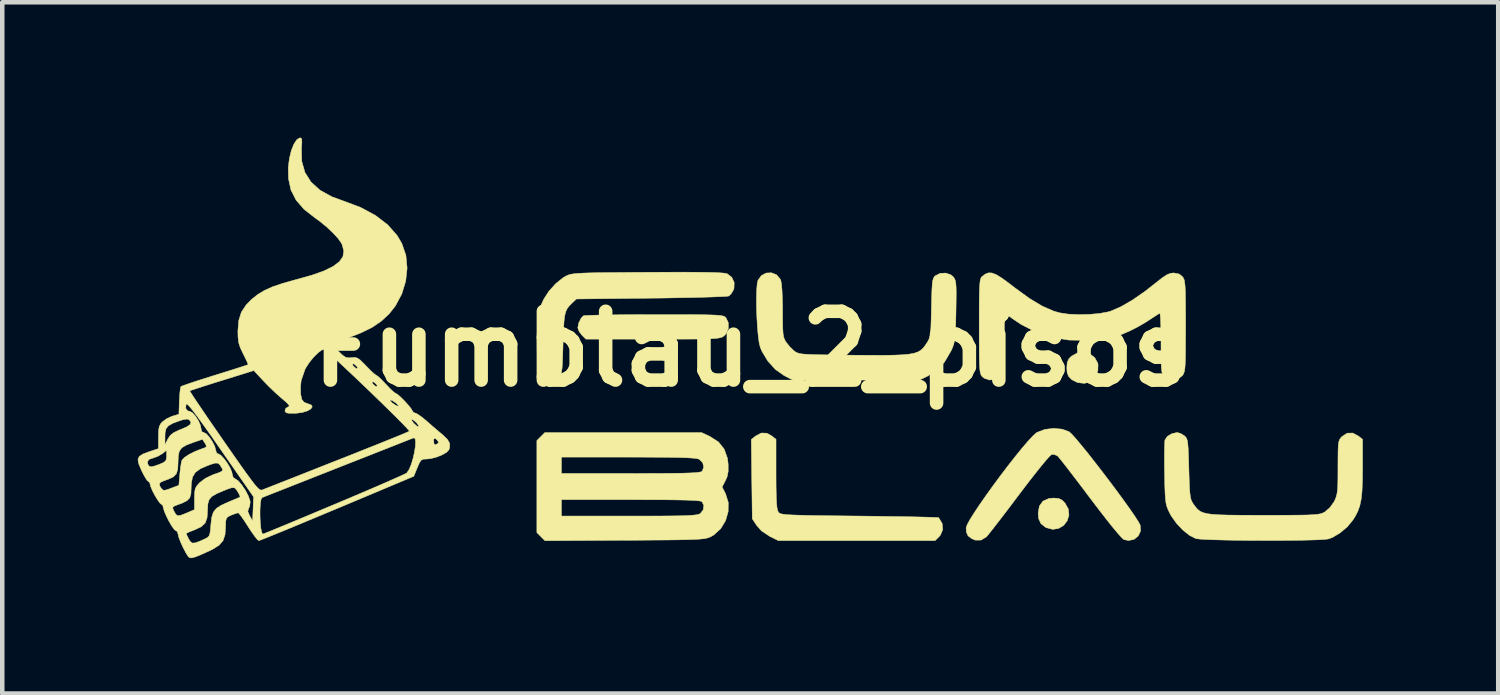
<source format=kicad_pcb>
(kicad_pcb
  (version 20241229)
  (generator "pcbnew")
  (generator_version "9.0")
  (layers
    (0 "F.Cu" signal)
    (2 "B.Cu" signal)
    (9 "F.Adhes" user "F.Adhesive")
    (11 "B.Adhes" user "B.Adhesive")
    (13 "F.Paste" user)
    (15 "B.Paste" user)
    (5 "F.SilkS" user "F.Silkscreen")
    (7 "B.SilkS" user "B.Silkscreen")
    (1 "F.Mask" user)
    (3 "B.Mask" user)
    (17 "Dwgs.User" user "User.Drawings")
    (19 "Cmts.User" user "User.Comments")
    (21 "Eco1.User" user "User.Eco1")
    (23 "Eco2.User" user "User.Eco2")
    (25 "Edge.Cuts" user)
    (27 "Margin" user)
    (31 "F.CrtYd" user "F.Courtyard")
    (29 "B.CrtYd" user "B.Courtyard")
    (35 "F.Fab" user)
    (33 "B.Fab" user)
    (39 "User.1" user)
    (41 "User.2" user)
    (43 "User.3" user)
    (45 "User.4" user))
  (footprint "Fumblau_2_pisos"
    (layer "F.Cu")
    (at 13.594 4.679)
    (property "Reference" "Fumblau_2_pisos" (at 0 0 0) (layer "F.SilkS") (effects (font (size 1.524 1.524) (thickness 0.3))))
    (attr through_hole)
    (fp_poly (pts (xy 6.804 3.311) (xy 6.882 3.349) (xy 6.945 3.414) (xy 7.019 3.546) (xy 7.032 3.681) (xy 6.994 3.805) (xy 6.915 3.908) (xy 6.804 3.975) (xy 6.673 3.996) (xy 6.53 3.958) (xy 6.513 3.95) (xy 6.412 3.87) (xy 6.361 3.761) (xy 6.35 3.638) (xy 6.377 3.479) (xy 6.457 3.37) (xy 6.587 3.312) (xy 6.69 3.302) (xy 6.804 3.311)) (stroke (width 0.01) (type solid)) (fill yes) (layer "F.SilkS"))
    (fp_poly (pts (xy 7.494 0.109) (xy 7.603 0.192) (xy 7.67 0.315) (xy 7.676 0.342) (xy 7.673 0.477) (xy 7.623 0.608) (xy 7.54 0.707) (xy 7.513 0.725) (xy 7.374 0.762) (xy 7.223 0.745) (xy 7.093 0.679) (xy 7.087 0.674) (xy 7.021 0.603) (xy 6.991 0.521) (xy 6.985 0.417) (xy 6.993 0.3) (xy 7.028 0.221) (xy 7.087 0.16) (xy 7.218 0.088) (xy 7.359 0.073) (xy 7.494 0.109)) (stroke (width 0.01) (type solid)) (fill yes) (layer "F.SilkS"))
    (fp_poly (pts (xy -1.782 -0.761) (xy -1.473 -0.761) (xy -1.224 -0.76) (xy -1.028 -0.757) (xy -0.877 -0.753) (xy -0.766 -0.748) (xy -0.687 -0.741) (xy -0.633 -0.731) (xy -0.599 -0.719) (xy -0.577 -0.704) (xy -0.568 -0.696) (xy -0.514 -0.587) (xy -0.511 -0.459) (xy -0.558 -0.342) (xy -0.604 -0.293) (xy -0.629 -0.274) (xy -0.659 -0.259) (xy -0.7 -0.247) (xy -0.76 -0.237) (xy -0.844 -0.23) (xy -0.961 -0.225) (xy -1.117 -0.221) (xy -1.319 -0.219) (xy -1.574 -0.218) (xy -1.89 -0.218) (xy -2.184 -0.218) (xy -3.668 -0.218) (xy -3.757 -0.307) (xy -3.819 -0.389) (xy -3.846 -0.468) (xy -3.846 -0.472) (xy -3.825 -0.577) (xy -3.774 -0.68) (xy -3.723 -0.734) (xy -3.679 -0.74) (xy -3.571 -0.745) (xy -3.405 -0.75) (xy -3.19 -0.754) (xy -2.933 -0.757) (xy -2.643 -0.76) (xy -2.327 -0.761) (xy -2.156 -0.761) (xy -1.782 -0.761)) (stroke (width 0.01) (type solid)) (fill yes) (layer "F.SilkS"))
    (fp_poly (pts (xy 0.344 1.866) (xy 0.449 1.926) (xy 0.544 2.001) (xy 0.544 2.772) (xy 0.545 3.042) (xy 0.549 3.249) (xy 0.555 3.401) (xy 0.565 3.507) (xy 0.578 3.575) (xy 0.596 3.613) (xy 0.61 3.629) (xy 0.632 3.642) (xy 0.667 3.654) (xy 0.722 3.663) (xy 0.803 3.671) (xy 0.916 3.677) (xy 1.068 3.682) (xy 1.264 3.687) (xy 1.511 3.691) (xy 1.814 3.695) (xy 2.182 3.699) (xy 2.389 3.701) (xy 2.737 3.705) (xy 3.063 3.71) (xy 3.359 3.714) (xy 3.619 3.719) (xy 3.834 3.724) (xy 3.999 3.729) (xy 4.105 3.733) (xy 4.147 3.737) (xy 4.147 3.737) (xy 4.224 3.867) (xy 4.236 4.001) (xy 4.184 4.125) (xy 4.156 4.156) (xy 4.067 4.245) (xy 0.595 4.245) (xy 0.404 4.15) (xy 0.22 4.028) (xy 0.115 3.908) (xy 0.018 3.761) (xy -0.004 2.004) (xy 0.094 1.927) (xy 0.22 1.861) (xy 0.344 1.866)) (stroke (width 0.01) (type solid)) (fill yes) (layer "F.SilkS"))
    (fp_poly (pts (xy -1.188 -1.699) (xy -0.944 -1.696) (xy -0.76 -1.69) (xy -0.633 -1.682) (xy -0.558 -1.673) (xy -0.541 -1.668) (xy -0.437 -1.589) (xy -0.383 -1.473) (xy -0.387 -1.342) (xy -0.398 -1.309) (xy -0.448 -1.224) (xy -0.502 -1.173) (xy -0.55 -1.166) (xy -0.663 -1.16) (xy -0.833 -1.153) (xy -1.053 -1.146) (xy -1.316 -1.139) (xy -1.613 -1.134) (xy -1.938 -1.128) (xy -2.22 -1.125) (xy -3.877 -1.107) (xy -3.974 -1.016) (xy -4.035 -0.955) (xy -4.081 -0.895) (xy -4.114 -0.824) (xy -4.137 -0.731) (xy -4.152 -0.604) (xy -4.162 -0.431) (xy -4.17 -0.2) (xy -4.173 -0.115) (xy -4.18 0.121) (xy -4.186 0.294) (xy -4.194 0.417) (xy -4.205 0.499) (xy -4.221 0.553) (xy -4.242 0.588) (xy -4.271 0.615) (xy -4.277 0.62) (xy -4.404 0.68) (xy -4.541 0.676) (xy -4.65 0.62) (xy -4.683 0.59) (xy -4.707 0.553) (xy -4.723 0.497) (xy -4.733 0.411) (xy -4.74 0.281) (xy -4.745 0.095) (xy -4.747 0.012) (xy -4.748 -0.315) (xy -4.734 -0.583) (xy -4.703 -0.8) (xy -4.655 -0.979) (xy -4.603 -1.098) (xy -4.487 -1.278) (xy -4.336 -1.446) (xy -4.173 -1.577) (xy -4.121 -1.608) (xy -4.084 -1.627) (xy -4.046 -1.642) (xy -3.999 -1.655) (xy -3.937 -1.665) (xy -3.852 -1.673) (xy -3.739 -1.68) (xy -3.59 -1.685) (xy -3.399 -1.689) (xy -3.159 -1.692) (xy -2.863 -1.694) (xy -2.504 -1.697) (xy -2.307 -1.698) (xy -1.866 -1.7) (xy -1.494 -1.701) (xy -1.188 -1.699)) (stroke (width 0.01) (type solid)) (fill yes) (layer "F.SilkS"))
    (fp_poly (pts (xy 6.884 1.777) (xy 7.035 1.833) (xy 7.089 1.881) (xy 7.178 1.979) (xy 7.295 2.119) (xy 7.436 2.291) (xy 7.591 2.488) (xy 7.756 2.701) (xy 7.923 2.92) (xy 8.086 3.138) (xy 8.238 3.345) (xy 8.373 3.533) (xy 8.484 3.694) (xy 8.564 3.817) (xy 8.607 3.895) (xy 8.611 3.905) (xy 8.618 4.034) (xy 8.568 4.141) (xy 8.476 4.216) (xy 8.356 4.243) (xy 8.251 4.223) (xy 8.207 4.186) (xy 8.125 4.096) (xy 8.011 3.96) (xy 7.87 3.784) (xy 7.708 3.575) (xy 7.528 3.339) (xy 7.5 3.302) (xy 7.332 3.078) (xy 7.175 2.872) (xy 7.036 2.691) (xy 6.921 2.542) (xy 6.835 2.434) (xy 6.784 2.374) (xy 6.775 2.365) (xy 6.695 2.334) (xy 6.646 2.339) (xy 6.606 2.373) (xy 6.53 2.458) (xy 6.423 2.586) (xy 6.292 2.75) (xy 6.141 2.943) (xy 5.978 3.157) (xy 5.93 3.22) (xy 5.763 3.442) (xy 5.606 3.649) (xy 5.466 3.831) (xy 5.349 3.982) (xy 5.261 4.093) (xy 5.209 4.155) (xy 5.203 4.162) (xy 5.087 4.233) (xy 4.958 4.234) (xy 4.88 4.202) (xy 4.798 4.14) (xy 4.761 4.06) (xy 4.754 3.963) (xy 4.776 3.897) (xy 4.837 3.783) (xy 4.932 3.631) (xy 5.054 3.448) (xy 5.196 3.244) (xy 5.353 3.026) (xy 5.517 2.804) (xy 5.683 2.586) (xy 5.844 2.381) (xy 5.994 2.196) (xy 6.126 2.042) (xy 6.234 1.926) (xy 6.311 1.856) (xy 6.325 1.848) (xy 6.497 1.782) (xy 6.693 1.758) (xy 6.884 1.777)) (stroke (width 0.01) (type solid)) (fill yes) (layer "F.SilkS"))
    (fp_poly (pts (xy -2.841 1.851) (xy -1.107 1.851) (xy -0.919 1.939) (xy -0.731 2.059) (xy -0.604 2.218) (xy -0.532 2.421) (xy -0.516 2.553) (xy -0.516 2.712) (xy -0.54 2.833) (xy -0.577 2.916) (xy -0.65 3.057) (xy -0.575 3.204) (xy -0.514 3.398) (xy -0.516 3.603) (xy -0.573 3.802) (xy -0.681 3.98) (xy -0.834 4.119) (xy -0.889 4.151) (xy -0.924 4.169) (xy -0.963 4.183) (xy -1.011 4.195) (xy -1.074 4.205) (xy -1.161 4.213) (xy -1.276 4.219) (xy -1.427 4.224) (xy -1.62 4.228) (xy -1.861 4.231) (xy -2.158 4.233) (xy -2.516 4.236) (xy -2.804 4.237) (xy -4.573 4.247) (xy -4.663 4.157) (xy -4.753 4.067) (xy -4.753 3.338) (xy -4.209 3.338) (xy -4.209 3.701) (xy -2.711 3.701) (xy -2.336 3.701) (xy -2.026 3.7) (xy -1.776 3.698) (xy -1.578 3.695) (xy -1.426 3.69) (xy -1.313 3.683) (xy -1.233 3.675) (xy -1.179 3.665) (xy -1.145 3.652) (xy -1.133 3.645) (xy -1.069 3.564) (xy -1.055 3.466) (xy -1.096 3.382) (xy -1.127 3.37) (xy -1.199 3.361) (xy -1.315 3.353) (xy -1.482 3.347) (xy -1.704 3.343) (xy -1.984 3.34) (xy -2.329 3.339) (xy -2.674 3.338) (xy -4.209 3.338) (xy -4.753 3.338) (xy -4.753 2.758) (xy -4.209 2.758) (xy -2.671 2.758) (xy -2.289 2.757) (xy -1.973 2.756) (xy -1.717 2.754) (xy -1.515 2.751) (xy -1.36 2.746) (xy -1.247 2.74) (xy -1.169 2.732) (xy -1.121 2.722) (xy -1.095 2.71) (xy -1.09 2.705) (xy -1.057 2.615) (xy -1.08 2.52) (xy -1.153 2.446) (xy -1.161 2.442) (xy -1.204 2.429) (xy -1.284 2.419) (xy -1.405 2.411) (xy -1.574 2.405) (xy -1.795 2.401) (xy -2.075 2.398) (xy -2.417 2.396) (xy -2.731 2.395) (xy -4.209 2.395) (xy -4.209 2.758) (xy -4.753 2.758) (xy -4.753 2.029) (xy -4.575 1.851) (xy -2.841 1.851)) (stroke (width 0.01) (type solid)) (fill yes) (layer "F.SilkS"))
    (fp_poly (pts (xy 0.554 -1.644) (xy 0.635 -1.551) (xy 0.651 -1.515) (xy 0.664 -1.441) (xy 0.676 -1.31) (xy 0.684 -1.137) (xy 0.689 -0.939) (xy 0.689 -0.835) (xy 0.69 -0.617) (xy 0.693 -0.459) (xy 0.7 -0.347) (xy 0.712 -0.269) (xy 0.732 -0.212) (xy 0.76 -0.162) (xy 0.771 -0.145) (xy 0.854 -0.043) (xy 0.947 0.045) (xy 0.955 0.051) (xy 0.986 0.072) (xy 1.021 0.088) (xy 1.07 0.102) (xy 1.139 0.112) (xy 1.236 0.119) (xy 1.37 0.125) (xy 1.549 0.129) (xy 1.78 0.133) (xy 2.071 0.136) (xy 2.261 0.138) (xy 2.623 0.14) (xy 2.919 0.141) (xy 3.158 0.137) (xy 3.347 0.129) (xy 3.494 0.115) (xy 3.605 0.094) (xy 3.69 0.065) (xy 3.754 0.026) (xy 3.806 -0.023) (xy 3.853 -0.085) (xy 3.875 -0.119) (xy 3.911 -0.174) (xy 3.936 -0.227) (xy 3.954 -0.29) (xy 3.967 -0.375) (xy 3.975 -0.493) (xy 3.98 -0.659) (xy 3.985 -0.884) (xy 3.986 -0.911) (xy 3.991 -1.144) (xy 3.997 -1.316) (xy 4.005 -1.437) (xy 4.016 -1.518) (xy 4.032 -1.57) (xy 4.054 -1.605) (xy 4.069 -1.619) (xy 4.178 -1.675) (xy 4.305 -1.681) (xy 4.421 -1.64) (xy 4.471 -1.596) (xy 4.496 -1.56) (xy 4.514 -1.517) (xy 4.526 -1.455) (xy 4.533 -1.363) (xy 4.535 -1.23) (xy 4.533 -1.046) (xy 4.53 -0.836) (xy 4.525 -0.596) (xy 4.519 -0.416) (xy 4.511 -0.283) (xy 4.498 -0.184) (xy 4.48 -0.105) (xy 4.455 -0.034) (xy 4.423 0.038) (xy 4.278 0.286) (xy 4.101 0.473) (xy 3.91 0.596) (xy 3.723 0.689) (xy 0.915 0.689) (xy 0.721 0.588) (xy 0.53 0.453) (xy 0.361 0.266) (xy 0.23 0.048) (xy 0.195 -0.036) (xy 0.17 -0.14) (xy 0.149 -0.296) (xy 0.132 -0.488) (xy 0.12 -0.701) (xy 0.112 -0.919) (xy 0.111 -1.126) (xy 0.116 -1.307) (xy 0.127 -1.445) (xy 0.144 -1.521) (xy 0.22 -1.626) (xy 0.327 -1.682) (xy 0.445 -1.687) (xy 0.554 -1.644)) (stroke (width 0.01) (type solid)) (fill yes) (layer "F.SilkS"))
    (fp_poly (pts (xy 9.508 1.873) (xy 9.584 1.92) (xy 9.615 1.947) (xy 9.637 1.98) (xy 9.654 2.029) (xy 9.665 2.106) (xy 9.674 2.221) (xy 9.68 2.385) (xy 9.687 2.608) (xy 9.688 2.655) (xy 9.695 2.892) (xy 9.702 3.068) (xy 9.711 3.195) (xy 9.724 3.285) (xy 9.74 3.348) (xy 9.764 3.397) (xy 9.791 3.439) (xy 9.837 3.501) (xy 9.881 3.552) (xy 9.932 3.592) (xy 9.997 3.623) (xy 10.084 3.646) (xy 10.2 3.663) (xy 10.354 3.673) (xy 10.552 3.679) (xy 10.802 3.682) (xy 11.113 3.683) (xy 11.339 3.683) (xy 11.672 3.683) (xy 11.941 3.682) (xy 12.153 3.68) (xy 12.316 3.677) (xy 12.438 3.671) (xy 12.528 3.663) (xy 12.592 3.653) (xy 12.64 3.639) (xy 12.679 3.621) (xy 12.7 3.61) (xy 12.809 3.517) (xy 12.902 3.388) (xy 12.909 3.375) (xy 12.939 3.309) (xy 12.961 3.242) (xy 12.976 3.16) (xy 12.985 3.051) (xy 12.989 2.9) (xy 12.99 2.694) (xy 12.99 2.621) (xy 12.991 2.401) (xy 12.993 2.242) (xy 12.998 2.131) (xy 13.009 2.056) (xy 13.026 2.007) (xy 13.051 1.97) (xy 13.079 1.94) (xy 13.195 1.865) (xy 13.318 1.862) (xy 13.439 1.926) (xy 13.535 2.001) (xy 13.535 2.645) (xy 13.532 2.928) (xy 13.523 3.151) (xy 13.504 3.328) (xy 13.474 3.472) (xy 13.43 3.596) (xy 13.369 3.713) (xy 13.32 3.79) (xy 13.196 3.94) (xy 13.037 4.074) (xy 12.87 4.174) (xy 12.781 4.207) (xy 12.708 4.217) (xy 12.573 4.226) (xy 12.386 4.232) (xy 12.159 4.237) (xy 11.9 4.24) (xy 11.62 4.242) (xy 11.329 4.242) (xy 11.038 4.241) (xy 10.756 4.238) (xy 10.494 4.233) (xy 10.262 4.227) (xy 10.07 4.22) (xy 9.928 4.211) (xy 9.847 4.201) (xy 9.84 4.199) (xy 9.702 4.129) (xy 9.554 4.01) (xy 9.413 3.86) (xy 9.297 3.697) (xy 9.264 3.636) (xy 9.228 3.56) (xy 9.201 3.491) (xy 9.182 3.416) (xy 9.17 3.322) (xy 9.161 3.197) (xy 9.155 3.027) (xy 9.151 2.799) (xy 9.15 2.763) (xy 9.147 2.545) (xy 9.147 2.348) (xy 9.149 2.185) (xy 9.153 2.069) (xy 9.158 2.016) (xy 9.21 1.938) (xy 9.308 1.878) (xy 9.422 1.851) (xy 9.432 1.851) (xy 9.508 1.873)) (stroke (width 0.01) (type solid)) (fill yes) (layer "F.SilkS"))
    (fp_poly (pts (xy 5.326 -1.683) (xy 5.42 -1.647) (xy 5.541 -1.573) (xy 5.7 -1.457) (xy 5.842 -1.348) (xy 6.157 -1.119) (xy 6.439 -0.95) (xy 6.692 -0.839) (xy 6.822 -0.801) (xy 7.013 -0.772) (xy 7.242 -0.761) (xy 7.483 -0.766) (xy 7.712 -0.786) (xy 7.903 -0.822) (xy 7.955 -0.837) (xy 8.18 -0.934) (xy 8.438 -1.083) (xy 8.718 -1.277) (xy 8.956 -1.464) (xy 9.094 -1.573) (xy 9.195 -1.64) (xy 9.275 -1.674) (xy 9.35 -1.684) (xy 9.351 -1.684) (xy 9.474 -1.66) (xy 9.548 -1.6) (xy 9.568 -1.57) (xy 9.584 -1.532) (xy 9.595 -1.475) (xy 9.604 -1.393) (xy 9.61 -1.275) (xy 9.613 -1.114) (xy 9.615 -0.9) (xy 9.616 -0.626) (xy 9.616 -0.509) (xy 9.615 -0.212) (xy 9.614 0.022) (xy 9.612 0.2) (xy 9.607 0.332) (xy 9.6 0.427) (xy 9.59 0.492) (xy 9.575 0.538) (xy 9.557 0.572) (xy 9.541 0.594) (xy 9.439 0.67) (xy 9.315 0.691) (xy 9.194 0.655) (xy 9.144 0.617) (xy 9.118 0.587) (xy 9.1 0.547) (xy 9.087 0.488) (xy 9.078 0.398) (xy 9.074 0.267) (xy 9.072 0.083) (xy 9.071 -0.13) (xy 9.07 -0.341) (xy 9.066 -0.524) (xy 9.06 -0.667) (xy 9.053 -0.761) (xy 9.044 -0.792) (xy 9.044 -0.792) (xy 9.003 -0.768) (xy 8.918 -0.713) (xy 8.803 -0.638) (xy 8.751 -0.604) (xy 8.58 -0.502) (xy 8.382 -0.401) (xy 8.197 -0.321) (xy 8.189 -0.318) (xy 8.044 -0.267) (xy 7.915 -0.233) (xy 7.778 -0.211) (xy 7.61 -0.197) (xy 7.451 -0.19) (xy 7.031 -0.197) (xy 6.652 -0.257) (xy 6.302 -0.372) (xy 5.967 -0.547) (xy 5.788 -0.667) (xy 5.606 -0.799) (xy 5.596 -0.138) (xy 5.592 0.098) (xy 5.587 0.272) (xy 5.58 0.396) (xy 5.57 0.481) (xy 5.554 0.537) (xy 5.533 0.577) (xy 5.508 0.606) (xy 5.401 0.674) (xy 5.274 0.688) (xy 5.155 0.648) (xy 5.116 0.617) (xy 5.095 0.593) (xy 5.079 0.561) (xy 5.066 0.515) (xy 5.057 0.445) (xy 5.051 0.342) (xy 5.047 0.199) (xy 5.045 0.008) (xy 5.044 -0.241) (xy 5.044 -0.502) (xy 5.044 -0.808) (xy 5.045 -1.049) (xy 5.048 -1.233) (xy 5.053 -1.369) (xy 5.06 -1.466) (xy 5.069 -1.53) (xy 5.083 -1.571) (xy 5.099 -1.596) (xy 5.107 -1.604) (xy 5.18 -1.658) (xy 5.25 -1.686) (xy 5.326 -1.683)) (stroke (width 0.01) (type solid)) (fill yes) (layer "F.SilkS"))
    (fp_poly (pts (xy -9.976 -4.672) (xy -9.96 -4.643) (xy -9.958 -4.57) (xy -9.967 -4.441) (xy -9.967 -4.435) (xy -9.96 -4.155) (xy -9.89 -3.91) (xy -9.756 -3.698) (xy -9.558 -3.518) (xy -9.295 -3.372) (xy -9.046 -3.281) (xy -8.661 -3.137) (xy -8.331 -2.96) (xy -8.059 -2.752) (xy -7.849 -2.515) (xy -7.744 -2.337) (xy -7.654 -2.075) (xy -7.627 -1.792) (xy -7.658 -1.502) (xy -7.745 -1.218) (xy -7.887 -0.953) (xy -8.024 -0.779) (xy -8.198 -0.617) (xy -8.401 -0.479) (xy -8.65 -0.356) (xy -8.876 -0.268) (xy -9.027 -0.213) (xy -9.152 -0.166) (xy -9.237 -0.133) (xy -9.262 -0.121) (xy -9.257 -0.087) (xy -9.21 -0.019) (xy -9.144 0.055) (xy -9.052 0.142) (xy -8.984 0.186) (xy -8.917 0.197) (xy -8.859 0.192) (xy -8.787 0.187) (xy -8.728 0.202) (xy -8.665 0.246) (xy -8.578 0.331) (xy -8.534 0.377) (xy -8.439 0.474) (xy -8.361 0.546) (xy -8.315 0.58) (xy -8.311 0.581) (xy -8.273 0.606) (xy -8.202 0.672) (xy -8.112 0.765) (xy -8.098 0.78) (xy -8.006 0.877) (xy -7.931 0.947) (xy -7.887 0.979) (xy -7.884 0.98) (xy -7.84 1.005) (xy -7.767 1.069) (xy -7.681 1.155) (xy -7.599 1.246) (xy -7.537 1.323) (xy -7.511 1.37) (xy -7.511 1.371) (xy -7.482 1.41) (xy -7.457 1.415) (xy -7.405 1.438) (xy -7.317 1.497) (xy -7.213 1.581) (xy -7.206 1.587) (xy -7.076 1.701) (xy -6.938 1.819) (xy -6.843 1.898) (xy -6.735 2.002) (xy -6.684 2.092) (xy -6.685 2.184) (xy -6.7 2.232) (xy -6.752 2.289) (xy -6.853 2.347) (xy -6.98 2.397) (xy -7.11 2.43) (xy -7.19 2.437) (xy -7.268 2.441) (xy -7.317 2.465) (xy -7.357 2.526) (xy -7.401 2.628) (xy -7.479 2.82) (xy -9.176 3.533) (xy -9.507 3.671) (xy -9.819 3.801) (xy -10.104 3.92) (xy -10.356 4.024) (xy -10.57 4.111) (xy -10.737 4.179) (xy -10.852 4.224) (xy -10.909 4.245) (xy -10.913 4.245) (xy -10.948 4.217) (xy -11.01 4.139) (xy -11.09 4.025) (xy -11.146 3.938) (xy -11.23 3.808) (xy -11.302 3.705) (xy -11.352 3.642) (xy -11.368 3.629) (xy -11.417 3.642) (xy -11.503 3.673) (xy -11.522 3.681) (xy -11.594 3.715) (xy -11.631 3.755) (xy -11.645 3.823) (xy -11.648 3.937) (xy -11.66 4.113) (xy -11.703 4.243) (xy -11.79 4.345) (xy -11.931 4.435) (xy -12.022 4.479) (xy -12.193 4.556) (xy -12.311 4.604) (xy -12.388 4.626) (xy -12.436 4.626) (xy -12.466 4.607) (xy -12.473 4.6) (xy -12.525 4.519) (xy -12.585 4.405) (xy -12.642 4.281) (xy -12.684 4.172) (xy -12.7 4.102) (xy -12.7 4.101) (xy -12.704 4.089) (xy -12.519 4.089) (xy -12.504 4.128) (xy -12.467 4.203) (xy -12.462 4.213) (xy -12.424 4.273) (xy -12.38 4.3) (xy -12.312 4.293) (xy -12.206 4.253) (xy -12.119 4.213) (xy -12.053 4.18) (xy -12.014 4.142) (xy -11.993 4.08) (xy -11.98 3.976) (xy -11.974 3.895) (xy -11.956 3.733) (xy -11.92 3.618) (xy -11.853 3.533) (xy -11.742 3.461) (xy -11.581 3.388) (xy -11.461 3.338) (xy -11.371 3.3) (xy -11.328 3.281) (xy -11.327 3.28) (xy -11.333 3.247) (xy -11.353 3.205) (xy -11.404 3.12) (xy -11.448 3.077) (xy -11.504 3.071) (xy -11.593 3.1) (xy -11.685 3.136) (xy -11.847 3.206) (xy -11.952 3.268) (xy -12.012 3.337) (xy -12.04 3.428) (xy -12.047 3.554) (xy -12.047 3.576) (xy -12.058 3.741) (xy -12.1 3.856) (xy -12.186 3.937) (xy -12.328 4.004) (xy -12.346 4.011) (xy -12.444 4.049) (xy -12.507 4.079) (xy -12.519 4.089) (xy -12.704 4.089) (xy -12.719 4.042) (xy -12.747 4.028) (xy -12.785 3.997) (xy -12.841 3.919) (xy -12.903 3.813) (xy -12.961 3.698) (xy -13.006 3.592) (xy -13.026 3.517) (xy -13.026 3.514) (xy -12.82 3.514) (xy -12.803 3.568) (xy -12.787 3.599) (xy -12.749 3.664) (xy -12.71 3.693) (xy -12.649 3.687) (xy -12.548 3.649) (xy -12.503 3.63) (xy -12.337 3.559) (xy -12.337 3.318) (xy -12.334 3.184) (xy -12.32 3.097) (xy -12.285 3.032) (xy -12.222 2.962) (xy -12.218 2.958) (xy -12.091 2.863) (xy -11.928 2.786) (xy -11.894 2.774) (xy -11.779 2.734) (xy -11.723 2.702) (xy -11.714 2.669) (xy -11.721 2.652) (xy -11.771 2.57) (xy -11.815 2.53) (xy -11.873 2.527) (xy -11.969 2.555) (xy -12.032 2.578) (xy -12.205 2.652) (xy -12.318 2.734) (xy -12.381 2.84) (xy -12.407 2.983) (xy -12.41 3.067) (xy -12.415 3.205) (xy -12.441 3.297) (xy -12.501 3.36) (xy -12.608 3.414) (xy -12.707 3.45) (xy -12.791 3.483) (xy -12.82 3.514) (xy -13.026 3.514) (xy -13.027 3.511) (xy -13.043 3.457) (xy -13.062 3.447) (xy -13.099 3.417) (xy -13.154 3.342) (xy -13.215 3.241) (xy -13.27 3.136) (xy -13.307 3.046) (xy -13.317 3.003) (xy -13.324 2.982) (xy -13.114 2.982) (xy -13.105 3.035) (xy -13.08 3.075) (xy -13.045 3.118) (xy -13.008 3.132) (xy -12.945 3.118) (xy -12.855 3.085) (xy -12.682 3.019) (xy -12.661 2.771) (xy -12.647 2.636) (xy -12.63 2.525) (xy -12.614 2.464) (xy -12.559 2.404) (xy -12.453 2.334) (xy -12.316 2.266) (xy -12.184 2.215) (xy -12.098 2.185) (xy -12.071 2.156) (xy -12.09 2.11) (xy -12.104 2.087) (xy -12.16 2.001) (xy -12.364 2.071) (xy -12.521 2.131) (xy -12.62 2.191) (xy -12.674 2.268) (xy -12.696 2.379) (xy -12.7 2.504) (xy -12.707 2.661) (xy -12.738 2.765) (xy -12.803 2.833) (xy -12.916 2.885) (xy -12.963 2.901) (xy -13.069 2.942) (xy -13.114 2.982) (xy -13.324 2.982) (xy -13.335 2.949) (xy -13.355 2.939) (xy -13.388 2.909) (xy -13.439 2.828) (xy -13.499 2.714) (xy -13.506 2.698) (xy -13.569 2.551) (xy -13.58 2.496) (xy -13.378 2.496) (xy -13.368 2.555) (xy -13.341 2.597) (xy -13.294 2.609) (xy -13.211 2.59) (xy -13.109 2.553) (xy -13.013 2.511) (xy -12.968 2.467) (xy -12.954 2.399) (xy -12.954 2.369) (xy -12.954 2.244) (xy -13.046 2.317) (xy -13.149 2.378) (xy -13.246 2.413) (xy -13.344 2.447) (xy -13.378 2.496) (xy -13.58 2.496) (xy -13.589 2.45) (xy -13.56 2.38) (xy -13.476 2.326) (xy -13.341 2.276) (xy -13.135 2.207) (xy -13.135 1.955) (xy -13.135 1.936) (xy -12.99 1.936) (xy -12.99 2.123) (xy -12.927 1.996) (xy -12.875 1.916) (xy -12.8 1.856) (xy -12.681 1.798) (xy -12.636 1.781) (xy -12.501 1.722) (xy -12.429 1.671) (xy -12.415 1.623) (xy -12.45 1.571) (xy -12.5 1.552) (xy -12.592 1.567) (xy -12.658 1.588) (xy -12.814 1.645) (xy -12.912 1.7) (xy -12.966 1.765) (xy -12.987 1.854) (xy -12.99 1.936) (xy -13.135 1.936) (xy -13.132 1.814) (xy -13.118 1.723) (xy -13.087 1.659) (xy -13.049 1.616) (xy -12.955 1.547) (xy -12.838 1.492) (xy -12.822 1.487) (xy -12.682 1.445) (xy -12.677 1.315) (xy -12.531 1.315) (xy -12.49 1.37) (xy -12.447 1.379) (xy -12.386 1.409) (xy -12.316 1.486) (xy -12.25 1.587) (xy -12.205 1.691) (xy -12.192 1.759) (xy -12.173 1.833) (xy -12.129 1.851) (xy -12.072 1.881) (xy -12.004 1.957) (xy -11.937 2.057) (xy -11.886 2.16) (xy -11.865 2.244) (xy -11.865 2.244) (xy -11.844 2.308) (xy -11.811 2.322) (xy -11.756 2.352) (xy -11.684 2.427) (xy -11.609 2.529) (xy -11.546 2.636) (xy -11.508 2.73) (xy -11.503 2.763) (xy -11.478 2.848) (xy -11.434 2.876) (xy -11.367 2.921) (xy -11.288 3.013) (xy -11.209 3.13) (xy -11.145 3.253) (xy -11.108 3.359) (xy -11.103 3.394) (xy -11.115 3.485) (xy -11.141 3.543) (xy -11.155 3.598) (xy -11.115 3.693) (xy -11.114 3.695) (xy -11.049 3.809) (xy -11.045 3.704) (xy -10.885 3.704) (xy -10.879 3.848) (xy -10.866 3.975) (xy -10.847 4.064) (xy -10.823 4.1) (xy -10.822 4.1) (xy -10.785 4.087) (xy -10.689 4.048) (xy -10.539 3.986) (xy -10.342 3.905) (xy -10.104 3.806) (xy -9.833 3.693) (xy -9.536 3.568) (xy -9.239 3.444) (xy -8.92 3.31) (xy -8.622 3.183) (xy -8.35 3.067) (xy -8.113 2.964) (xy -7.915 2.877) (xy -7.765 2.81) (xy -7.668 2.765) (xy -7.633 2.745) (xy -7.583 2.67) (xy -7.536 2.559) (xy -7.496 2.426) (xy -7.464 2.287) (xy -7.444 2.157) (xy -7.439 2.051) (xy -7.44 2.045) (xy -7.039 2.045) (xy -7.028 2.112) (xy -6.988 2.119) (xy -6.985 2.118) (xy -6.937 2.085) (xy -6.931 2.069) (xy -6.955 2.025) (xy -6.985 1.996) (xy -7.025 1.974) (xy -7.038 2.008) (xy -7.039 2.045) (xy -7.44 2.045) (xy -7.451 1.983) (xy -7.484 1.97) (xy -7.531 1.988) (xy -7.638 2.03) (xy -7.794 2.092) (xy -7.994 2.171) (xy -8.228 2.263) (xy -8.489 2.366) (xy -8.769 2.476) (xy -9.059 2.59) (xy -9.352 2.706) (xy -9.64 2.819) (xy -9.915 2.928) (xy -10.169 3.028) (xy -10.393 3.116) (xy -10.581 3.19) (xy -10.723 3.246) (xy -10.812 3.281) (xy -10.84 3.292) (xy -10.863 3.334) (xy -10.878 3.429) (xy -10.885 3.558) (xy -10.885 3.704) (xy -11.045 3.704) (xy -11.038 3.542) (xy -11.028 3.275) (xy -11.763 2.217) (xy -11.968 1.922) (xy -12.137 1.685) (xy -12.27 1.5) (xy -12.372 1.365) (xy -12.446 1.275) (xy -12.493 1.228) (xy -12.518 1.218) (xy -12.522 1.223) (xy -12.531 1.315) (xy -12.677 1.315) (xy -12.672 1.15) (xy -12.664 1.01) (xy -12.655 0.928) (xy -12.441 0.928) (xy -12.424 0.959) (xy -12.37 1.043) (xy -12.283 1.174) (xy -12.168 1.344) (xy -12.03 1.547) (xy -11.872 1.776) (xy -11.699 2.026) (xy -11.685 2.046) (xy -11.485 2.333) (xy -11.322 2.566) (xy -11.191 2.75) (xy -11.088 2.89) (xy -11.01 2.992) (xy -10.951 3.061) (xy -10.908 3.103) (xy -10.875 3.123) (xy -10.85 3.126) (xy -10.837 3.122) (xy -10.788 3.103) (xy -10.679 3.06) (xy -10.516 2.996) (xy -10.307 2.914) (xy -10.058 2.816) (xy -9.778 2.705) (xy -9.472 2.584) (xy -9.18 2.469) (xy -8.86 2.343) (xy -8.56 2.223) (xy -8.288 2.115) (xy -8.05 2.019) (xy -7.853 1.939) (xy -7.704 1.878) (xy -7.61 1.837) (xy -7.577 1.821) (xy -7.597 1.793) (xy -7.663 1.721) (xy -7.767 1.614) (xy -7.798 1.583) (xy -7.526 1.583) (xy -7.487 1.638) (xy -7.475 1.651) (xy -7.408 1.71) (xy -7.372 1.721) (xy -7.378 1.688) (xy -7.42 1.633) (xy -7.482 1.579) (xy -7.523 1.56) (xy -7.526 1.583) (xy -7.798 1.583) (xy -7.904 1.477) (xy -8.065 1.318) (xy -8.243 1.144) (xy -8.244 1.144) (xy -8.005 1.144) (xy -7.96 1.192) (xy -7.952 1.199) (xy -7.878 1.249) (xy -7.825 1.269) (xy -7.82 1.25) (xy -7.865 1.205) (xy -7.874 1.197) (xy -7.95 1.146) (xy -7.998 1.128) (xy -8.005 1.144) (xy -8.244 1.144) (xy -8.432 0.961) (xy -8.624 0.777) (xy -8.655 0.748) (xy -8.402 0.748) (xy -8.382 0.78) (xy -8.327 0.826) (xy -8.301 0.835) (xy -8.289 0.813) (xy -8.309 0.78) (xy -8.364 0.734) (xy -8.391 0.726) (xy -8.402 0.748) (xy -8.655 0.748) (xy -8.812 0.598) (xy -8.99 0.431) (xy -9.078 0.348) (xy -8.837 0.348) (xy -8.817 0.381) (xy -8.763 0.427) (xy -8.736 0.435) (xy -8.725 0.414) (xy -8.745 0.381) (xy -8.799 0.335) (xy -8.826 0.327) (xy -8.837 0.348) (xy -9.078 0.348) (xy -9.149 0.282) (xy -9.283 0.159) (xy -9.384 0.069) (xy -9.447 0.018) (xy -9.461 0.009) (xy -9.518 0.024) (xy -9.601 0.086) (xy -9.697 0.181) (xy -9.79 0.295) (xy -9.868 0.413) (xy -9.889 0.454) (xy -9.973 0.698) (xy -9.988 0.84) (xy -9.984 1.007) (xy -9.96 1.116) (xy -9.912 1.179) (xy -9.834 1.21) (xy -9.832 1.21) (xy -9.749 1.241) (xy -9.728 1.283) (xy -9.761 1.329) (xy -9.838 1.373) (xy -9.951 1.407) (xy -10.091 1.425) (xy -10.11 1.426) (xy -10.233 1.426) (xy -10.301 1.414) (xy -10.33 1.385) (xy -10.333 1.373) (xy -10.313 1.313) (xy -10.272 1.289) (xy -10.24 1.272) (xy -10.243 1.244) (xy -10.289 1.193) (xy -10.383 1.111) (xy -10.406 1.092) (xy -10.539 0.975) (xy -10.687 0.833) (xy -10.818 0.698) (xy -11.022 0.478) (xy -11.725 0.697) (xy -11.938 0.763) (xy -12.127 0.823) (xy -12.28 0.873) (xy -12.387 0.908) (xy -12.438 0.926) (xy -12.441 0.928) (xy -12.655 0.928) (xy -12.652 0.899) (xy -12.639 0.837) (xy -12.635 0.831) (xy -12.594 0.814) (xy -12.495 0.779) (xy -12.347 0.729) (xy -12.161 0.669) (xy -11.949 0.602) (xy -11.884 0.582) (xy -11.667 0.514) (xy -11.475 0.454) (xy -11.319 0.404) (xy -11.208 0.368) (xy -11.153 0.349) (xy -11.148 0.347) (xy -11.159 0.313) (xy -11.196 0.232) (xy -11.251 0.12) (xy -11.257 0.109) (xy -11.321 -0.026) (xy -11.357 -0.138) (xy -11.372 -0.261) (xy -11.375 -0.396) (xy -11.357 -0.627) (xy -11.298 -0.815) (xy -11.189 -0.979) (xy -11.071 -1.099) (xy -10.938 -1.205) (xy -10.788 -1.296) (xy -10.608 -1.377) (xy -10.384 -1.453) (xy -10.102 -1.532) (xy -10.076 -1.539) (xy -9.737 -1.634) (xy -9.469 -1.729) (xy -9.267 -1.828) (xy -9.128 -1.932) (xy -9.05 -2.043) (xy -9.029 -2.165) (xy -9.062 -2.3) (xy -9.087 -2.351) (xy -9.157 -2.45) (xy -9.27 -2.572) (xy -9.41 -2.704) (xy -9.561 -2.828) (xy -9.662 -2.9) (xy -9.908 -3.092) (xy -10.086 -3.297) (xy -10.2 -3.521) (xy -10.255 -3.775) (xy -10.259 -4.018) (xy -10.235 -4.214) (xy -10.192 -4.392) (xy -10.135 -4.537) (xy -10.069 -4.636) (xy -10.008 -4.674) (xy -9.976 -4.672)) (stroke (width 0.01) (type solid)) (fill yes) (layer "F.SilkS")))
  (gr_rect
    (start -3 -3)
    (end 30.134 12.31)
    (stroke (width 0.1) (type default))
    (fill no)
    (layer "Edge.Cuts")))
</source>
